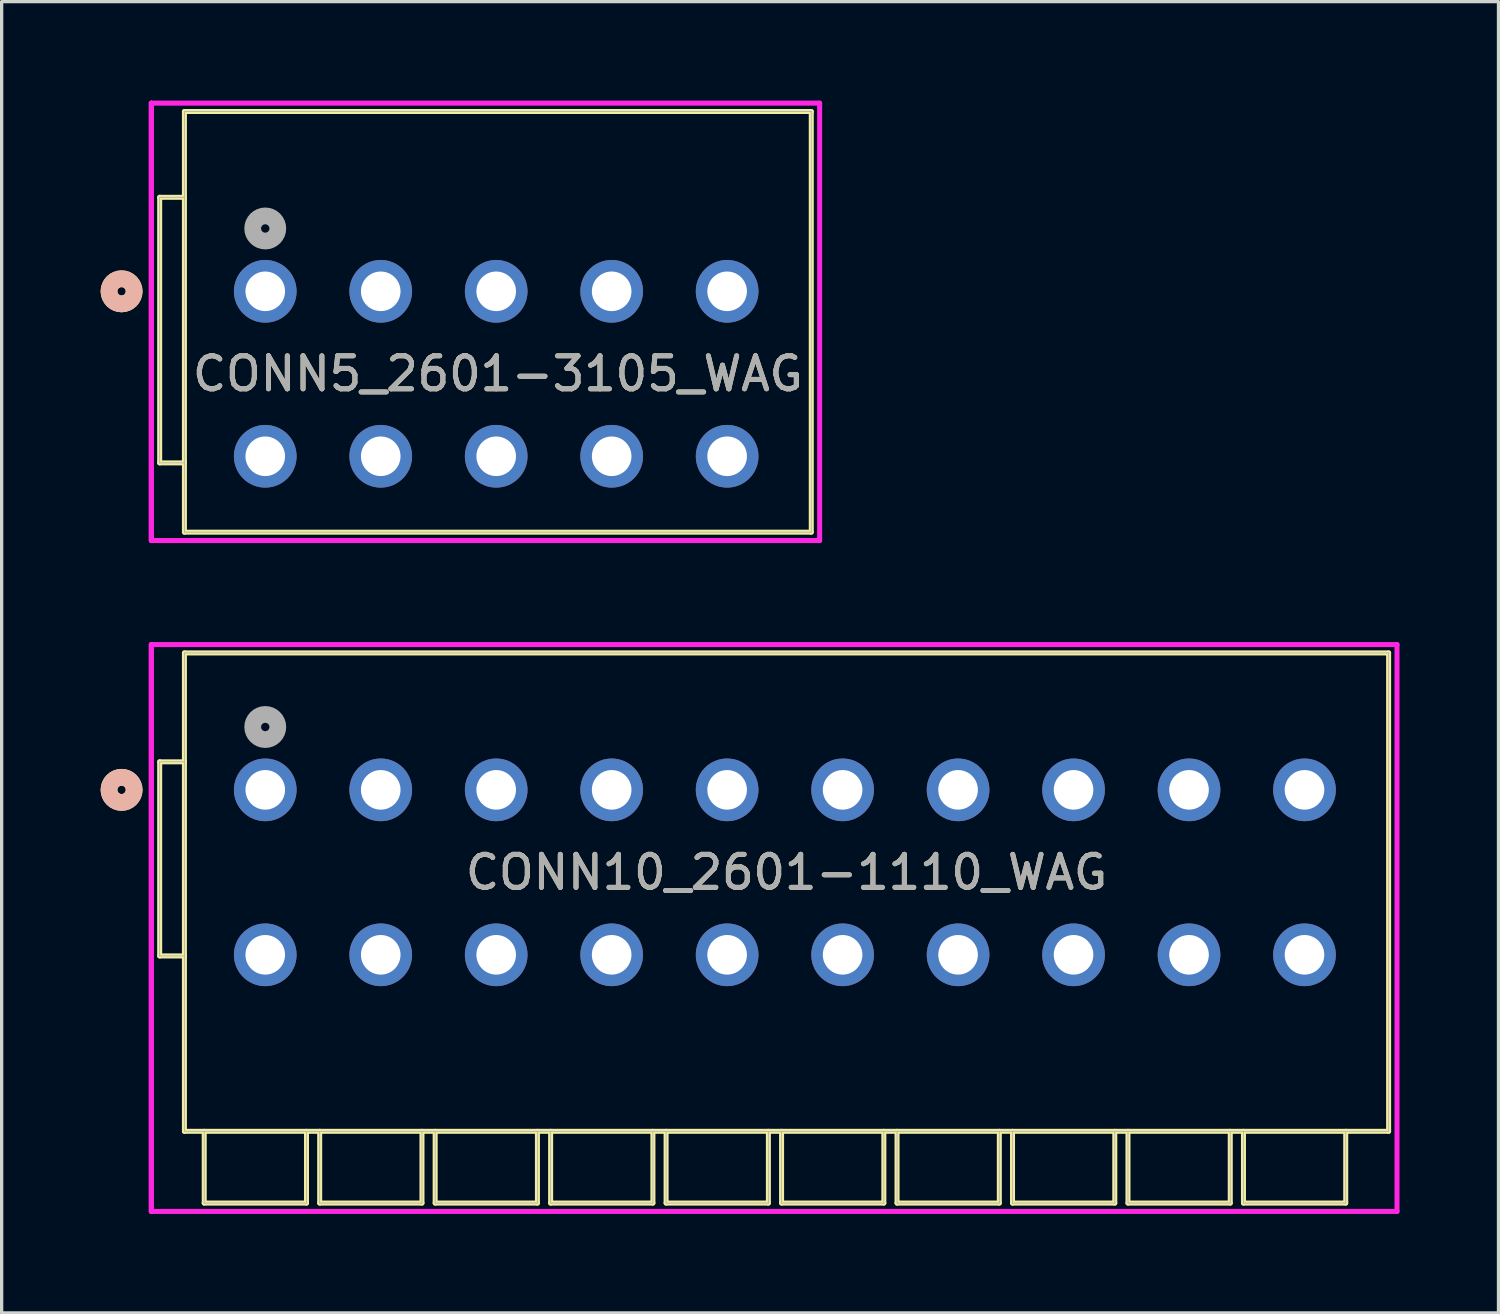
<source format=kicad_pcb>
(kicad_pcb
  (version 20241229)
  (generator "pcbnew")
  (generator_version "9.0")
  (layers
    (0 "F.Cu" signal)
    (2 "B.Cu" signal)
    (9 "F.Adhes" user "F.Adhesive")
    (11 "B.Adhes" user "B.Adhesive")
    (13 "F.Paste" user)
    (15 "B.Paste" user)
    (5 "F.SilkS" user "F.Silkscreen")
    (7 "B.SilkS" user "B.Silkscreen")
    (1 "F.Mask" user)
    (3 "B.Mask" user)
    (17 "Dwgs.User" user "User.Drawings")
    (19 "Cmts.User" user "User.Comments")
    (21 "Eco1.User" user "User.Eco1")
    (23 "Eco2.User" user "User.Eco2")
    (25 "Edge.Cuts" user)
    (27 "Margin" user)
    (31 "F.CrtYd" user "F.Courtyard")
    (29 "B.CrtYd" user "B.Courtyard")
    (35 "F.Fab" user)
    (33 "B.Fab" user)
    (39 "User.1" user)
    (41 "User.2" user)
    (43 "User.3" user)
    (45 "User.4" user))
  (footprint "CONN5_2601-3105_WAG"
    (layer "F.Cu")
    (at 4.99 5.78)
    (property "Reference" "CONN5_2601-3105_WAG" (at 7.05 2.5 0) (unlocked yes) (layer "F.SilkS") (effects (font (size 1 1) (thickness 0.15))))
    (attr through_hole)
    (fp_line (start -3.2 5.2) (end -3.2 -2.85) (stroke (width 0.152) (type solid)) (layer "F.SilkS"))
    (fp_line (start -2.45 -5.45) (end 16.55 -5.45) (stroke (width 0.152) (type solid)) (layer "F.SilkS"))
    (fp_line (start -2.45 7.3) (end -2.45 -5.45) (stroke (width 0.152) (type solid)) (layer "F.SilkS"))
    (fp_line (start -2.45 7.3) (end 16.55 7.3) (stroke (width 0.152) (type solid)) (layer "F.SilkS"))
    (fp_line (start -2.45 -2.85) (end -3.2 -2.85) (stroke (width 0.152) (type solid)) (layer "F.SilkS"))
    (fp_line (start -2.45 5.2) (end -3.2 5.2) (stroke (width 0.152) (type solid)) (layer "F.SilkS"))
    (fp_line (start 16.55 -5.45) (end 16.55 7.3) (stroke (width 0.152) (type solid)) (layer "F.SilkS"))
    (fp_circle (center -4.355 0) (end -3.974 0) (stroke (width 0.508) (type solid)) (fill no) (layer "F.SilkS"))
    (fp_circle (center -4.355 0) (end -3.974 0) (stroke (width 0.508) (type solid)) (fill no) (layer "B.SilkS"))
    (fp_line (start -3.454 -5.704) (end -3.454 7.554) (stroke (width 0.152) (type solid)) (layer "F.CrtYd"))
    (fp_line (start -3.454 -5.704) (end -3.454 7.554) (stroke (width 0.152) (type solid)) (layer "F.CrtYd"))
    (fp_line (start -3.454 7.554) (end 16.804 7.554) (stroke (width 0.152) (type solid)) (layer "F.CrtYd"))
    (fp_line (start 16.804 -5.704) (end -3.454 -5.704) (stroke (width 0.152) (type solid)) (layer "F.CrtYd"))
    (fp_line (start 16.804 7.554) (end 16.804 -5.704) (stroke (width 0.152) (type solid)) (layer "F.CrtYd"))
    (fp_line (start -3.2 5.2) (end -3.2 -2.85) (stroke (width 0.025) (type solid)) (layer "F.Fab"))
    (fp_line (start -2.45 -5.45) (end 16.55 -5.45) (stroke (width 0.025) (type solid)) (layer "F.Fab"))
    (fp_line (start -2.45 7.3) (end -2.45 -5.45) (stroke (width 0.025) (type solid)) (layer "F.Fab"))
    (fp_line (start -2.45 7.3) (end 16.55 7.3) (stroke (width 0.025) (type solid)) (layer "F.Fab"))
    (fp_line (start -2.45 -2.85) (end -3.2 -2.85) (stroke (width 0.025) (type solid)) (layer "F.Fab"))
    (fp_line (start -2.45 5.2) (end -3.2 5.2) (stroke (width 0.025) (type solid)) (layer "F.Fab"))
    (fp_line (start 16.55 -5.45) (end 16.55 7.3) (stroke (width 0.025) (type solid)) (layer "F.Fab"))
    (fp_circle (center 0 -1.905) (end 0.381 -1.905) (stroke (width 0.508) (type solid)) (fill no) (layer "F.Fab"))
    (fp_text user "${REFERENCE}" (at 7.05 2.5 0) (unlocked yes) (layer "F.Fab") (effects (font (size 1 1) (thickness 0.15))))
    (pad "1" thru_hole circle (at 0 0) (size 1.9 1.9) (drill 1.2) (layers "*.Cu" "*.Mask"))
    (pad "2" thru_hole circle (at 0 5) (size 1.9 1.9) (drill 1.2) (layers "*.Cu" "*.Mask"))
    (pad "3" thru_hole circle (at 3.5 0) (size 1.9 1.9) (drill 1.2) (layers "*.Cu" "*.Mask"))
    (pad "4" thru_hole circle (at 3.5 5) (size 1.9 1.9) (drill 1.2) (layers "*.Cu" "*.Mask"))
    (pad "5" thru_hole circle (at 7 0) (size 1.9 1.9) (drill 1.2) (layers "*.Cu" "*.Mask"))
    (pad "6" thru_hole circle (at 7 5) (size 1.9 1.9) (drill 1.2) (layers "*.Cu" "*.Mask"))
    (pad "7" thru_hole circle (at 10.5 0) (size 1.9 1.9) (drill 1.2) (layers "*.Cu" "*.Mask"))
    (pad "8" thru_hole circle (at 10.5 5) (size 1.9 1.9) (drill 1.2) (layers "*.Cu" "*.Mask"))
    (pad "9" thru_hole circle (at 14 0) (size 1.9 1.9) (drill 1.2) (layers "*.Cu" "*.Mask"))
    (pad "10" thru_hole circle (at 14 5) (size 1.9 1.9) (drill 1.2) (layers "*.Cu" "*.Mask")))
  (footprint "CONN10_2601-1110_WAG"
    (layer "F.Cu")
    (at 4.99 20.891)
    (property "Reference" "CONN10_2601-1110_WAG" (at 15.8 2.5 0) (unlocked yes) (layer "F.SilkS") (effects (font (size 1 1) (thickness 0.15))))
    (attr through_hole)
    (fp_line (start -3.2 5.034) (end -3.2 -0.85) (stroke (width 0.152) (type solid)) (layer "F.SilkS"))
    (fp_line (start -2.45 -4.15) (end 34.05 -4.15) (stroke (width 0.152) (type solid)) (layer "F.SilkS"))
    (fp_line (start -2.45 10.35) (end -2.45 -4.15) (stroke (width 0.152) (type solid)) (layer "F.SilkS"))
    (fp_line (start -2.45 10.35) (end 34.05 10.35) (stroke (width 0.152) (type solid)) (layer "F.SilkS"))
    (fp_line (start -2.45 -0.85) (end -3.2 -0.85) (stroke (width 0.152) (type solid)) (layer "F.SilkS"))
    (fp_line (start -2.45 5.034) (end -3.2 5.034) (stroke (width 0.152) (type solid)) (layer "F.SilkS"))
    (fp_line (start -1.85 10.35) (end -1.85 12.525) (stroke (width 0.152) (type solid)) (layer "F.SilkS"))
    (fp_line (start -1.85 12.525) (end 1.25 12.525) (stroke (width 0.152) (type solid)) (layer "F.SilkS"))
    (fp_line (start 1.25 10.35) (end 1.25 12.525) (stroke (width 0.152) (type solid)) (layer "F.SilkS"))
    (fp_line (start 1.65 10.35) (end 1.65 12.525) (stroke (width 0.152) (type solid)) (layer "F.SilkS"))
    (fp_line (start 1.65 12.525) (end 4.75 12.525) (stroke (width 0.152) (type solid)) (layer "F.SilkS"))
    (fp_line (start 4.75 10.35) (end 4.75 12.525) (stroke (width 0.152) (type solid)) (layer "F.SilkS"))
    (fp_line (start 5.15 10.35) (end 5.15 12.525) (stroke (width 0.152) (type solid)) (layer "F.SilkS"))
    (fp_line (start 5.15 12.525) (end 8.25 12.525) (stroke (width 0.152) (type solid)) (layer "F.SilkS"))
    (fp_line (start 8.25 10.35) (end 8.25 12.525) (stroke (width 0.152) (type solid)) (layer "F.SilkS"))
    (fp_line (start 8.65 10.35) (end 8.65 12.525) (stroke (width 0.152) (type solid)) (layer "F.SilkS"))
    (fp_line (start 8.65 12.525) (end 11.75 12.525) (stroke (width 0.152) (type solid)) (layer "F.SilkS"))
    (fp_line (start 11.75 10.35) (end 11.75 12.525) (stroke (width 0.152) (type solid)) (layer "F.SilkS"))
    (fp_line (start 12.15 10.35) (end 12.15 12.525) (stroke (width 0.152) (type solid)) (layer "F.SilkS"))
    (fp_line (start 12.15 12.525) (end 15.25 12.525) (stroke (width 0.152) (type solid)) (layer "F.SilkS"))
    (fp_line (start 15.25 10.35) (end 15.25 12.525) (stroke (width 0.152) (type solid)) (layer "F.SilkS"))
    (fp_line (start 15.65 10.35) (end 15.65 12.525) (stroke (width 0.152) (type solid)) (layer "F.SilkS"))
    (fp_line (start 15.65 12.525) (end 18.75 12.525) (stroke (width 0.152) (type solid)) (layer "F.SilkS"))
    (fp_line (start 18.75 10.35) (end 18.75 12.525) (stroke (width 0.152) (type solid)) (layer "F.SilkS"))
    (fp_line (start 19.15 10.35) (end 19.15 12.525) (stroke (width 0.152) (type solid)) (layer "F.SilkS"))
    (fp_line (start 19.15 12.525) (end 22.25 12.525) (stroke (width 0.152) (type solid)) (layer "F.SilkS"))
    (fp_line (start 22.25 10.35) (end 22.25 12.525) (stroke (width 0.152) (type solid)) (layer "F.SilkS"))
    (fp_line (start 22.65 10.35) (end 22.65 12.525) (stroke (width 0.152) (type solid)) (layer "F.SilkS"))
    (fp_line (start 22.65 12.525) (end 25.75 12.525) (stroke (width 0.152) (type solid)) (layer "F.SilkS"))
    (fp_line (start 25.75 10.35) (end 25.75 12.525) (stroke (width 0.152) (type solid)) (layer "F.SilkS"))
    (fp_line (start 26.15 10.35) (end 26.15 12.525) (stroke (width 0.152) (type solid)) (layer "F.SilkS"))
    (fp_line (start 26.15 12.525) (end 29.25 12.525) (stroke (width 0.152) (type solid)) (layer "F.SilkS"))
    (fp_line (start 29.25 10.35) (end 29.25 12.525) (stroke (width 0.152) (type solid)) (layer "F.SilkS"))
    (fp_line (start 29.65 10.35) (end 29.65 12.525) (stroke (width 0.152) (type solid)) (layer "F.SilkS"))
    (fp_line (start 29.65 12.525) (end 32.75 12.525) (stroke (width 0.152) (type solid)) (layer "F.SilkS"))
    (fp_line (start 32.75 10.35) (end 32.75 12.525) (stroke (width 0.152) (type solid)) (layer "F.SilkS"))
    (fp_line (start 34.05 -4.15) (end 34.05 10.35) (stroke (width 0.152) (type solid)) (layer "F.SilkS"))
    (fp_circle (center -4.355 0) (end -3.974 0) (stroke (width 0.508) (type solid)) (fill no) (layer "F.SilkS"))
    (fp_circle (center -4.355 0) (end -3.974 0) (stroke (width 0.508) (type solid)) (fill no) (layer "B.SilkS"))
    (fp_line (start -3.454 -4.404) (end -3.454 12.779) (stroke (width 0.152) (type solid)) (layer "F.CrtYd"))
    (fp_line (start -3.454 -4.404) (end -3.454 12.779) (stroke (width 0.152) (type solid)) (layer "F.CrtYd"))
    (fp_line (start -3.454 12.779) (end 34.304 12.779) (stroke (width 0.152) (type solid)) (layer "F.CrtYd"))
    (fp_line (start 34.304 -4.404) (end -3.454 -4.404) (stroke (width 0.152) (type solid)) (layer "F.CrtYd"))
    (fp_line (start 34.304 12.779) (end 34.304 -4.404) (stroke (width 0.152) (type solid)) (layer "F.CrtYd"))
    (fp_line (start -3.2 5.034) (end -3.2 -0.85) (stroke (width 0.025) (type solid)) (layer "F.Fab"))
    (fp_line (start -2.45 -4.15) (end 34.05 -4.15) (stroke (width 0.025) (type solid)) (layer "F.Fab"))
    (fp_line (start -2.45 10.35) (end -2.45 -4.15) (stroke (width 0.025) (type solid)) (layer "F.Fab"))
    (fp_line (start -2.45 10.35) (end 34.05 10.35) (stroke (width 0.025) (type solid)) (layer "F.Fab"))
    (fp_line (start -2.45 -0.85) (end -3.2 -0.85) (stroke (width 0.025) (type solid)) (layer "F.Fab"))
    (fp_line (start -2.45 5.034) (end -3.2 5.034) (stroke (width 0.025) (type solid)) (layer "F.Fab"))
    (fp_line (start -1.85 10.35) (end -1.85 12.525) (stroke (width 0.025) (type solid)) (layer "F.Fab"))
    (fp_line (start -1.85 12.525) (end 1.25 12.525) (stroke (width 0.025) (type solid)) (layer "F.Fab"))
    (fp_line (start 1.25 10.35) (end 1.25 12.525) (stroke (width 0.025) (type solid)) (layer "F.Fab"))
    (fp_line (start 1.65 10.35) (end 1.65 12.525) (stroke (width 0.025) (type solid)) (layer "F.Fab"))
    (fp_line (start 1.65 12.525) (end 4.75 12.525) (stroke (width 0.025) (type solid)) (layer "F.Fab"))
    (fp_line (start 4.75 10.35) (end 4.75 12.525) (stroke (width 0.025) (type solid)) (layer "F.Fab"))
    (fp_line (start 5.15 10.35) (end 5.15 12.525) (stroke (width 0.025) (type solid)) (layer "F.Fab"))
    (fp_line (start 5.15 12.525) (end 8.25 12.525) (stroke (width 0.025) (type solid)) (layer "F.Fab"))
    (fp_line (start 8.25 10.35) (end 8.25 12.525) (stroke (width 0.025) (type solid)) (layer "F.Fab"))
    (fp_line (start 8.65 10.35) (end 8.65 12.525) (stroke (width 0.025) (type solid)) (layer "F.Fab"))
    (fp_line (start 8.65 12.525) (end 11.75 12.525) (stroke (width 0.025) (type solid)) (layer "F.Fab"))
    (fp_line (start 11.75 10.35) (end 11.75 12.525) (stroke (width 0.025) (type solid)) (layer "F.Fab"))
    (fp_line (start 12.15 10.35) (end 12.15 12.525) (stroke (width 0.025) (type solid)) (layer "F.Fab"))
    (fp_line (start 12.15 12.525) (end 15.25 12.525) (stroke (width 0.025) (type solid)) (layer "F.Fab"))
    (fp_line (start 15.25 10.35) (end 15.25 12.525) (stroke (width 0.025) (type solid)) (layer "F.Fab"))
    (fp_line (start 15.65 10.35) (end 15.65 12.525) (stroke (width 0.025) (type solid)) (layer "F.Fab"))
    (fp_line (start 15.65 12.525) (end 18.75 12.525) (stroke (width 0.025) (type solid)) (layer "F.Fab"))
    (fp_line (start 18.75 10.35) (end 18.75 12.525) (stroke (width 0.025) (type solid)) (layer "F.Fab"))
    (fp_line (start 19.15 10.35) (end 19.15 12.525) (stroke (width 0.025) (type solid)) (layer "F.Fab"))
    (fp_line (start 19.15 12.525) (end 22.25 12.525) (stroke (width 0.025) (type solid)) (layer "F.Fab"))
    (fp_line (start 22.25 10.35) (end 22.25 12.525) (stroke (width 0.025) (type solid)) (layer "F.Fab"))
    (fp_line (start 22.65 10.35) (end 22.65 12.525) (stroke (width 0.025) (type solid)) (layer "F.Fab"))
    (fp_line (start 22.65 12.525) (end 25.75 12.525) (stroke (width 0.025) (type solid)) (layer "F.Fab"))
    (fp_line (start 25.75 10.35) (end 25.75 12.525) (stroke (width 0.025) (type solid)) (layer "F.Fab"))
    (fp_line (start 26.15 10.35) (end 26.15 12.525) (stroke (width 0.025) (type solid)) (layer "F.Fab"))
    (fp_line (start 26.15 12.525) (end 29.25 12.525) (stroke (width 0.025) (type solid)) (layer "F.Fab"))
    (fp_line (start 29.25 10.35) (end 29.25 12.525) (stroke (width 0.025) (type solid)) (layer "F.Fab"))
    (fp_line (start 29.65 10.35) (end 29.65 12.525) (stroke (width 0.025) (type solid)) (layer "F.Fab"))
    (fp_line (start 29.65 12.525) (end 32.75 12.525) (stroke (width 0.025) (type solid)) (layer "F.Fab"))
    (fp_line (start 32.75 10.35) (end 32.75 12.525) (stroke (width 0.025) (type solid)) (layer "F.Fab"))
    (fp_line (start 34.05 -4.15) (end 34.05 10.35) (stroke (width 0.025) (type solid)) (layer "F.Fab"))
    (fp_circle (center 0 -1.905) (end 0.381 -1.905) (stroke (width 0.508) (type solid)) (fill no) (layer "F.Fab"))
    (fp_text user "${REFERENCE}" (at 15.8 2.5 0) (unlocked yes) (layer "F.Fab") (effects (font (size 1 1) (thickness 0.15))))
    (pad "1" thru_hole circle (at 0 0) (size 1.9 1.9) (drill 1.2) (layers "*.Cu" "*.Mask"))
    (pad "2" thru_hole circle (at 0 5) (size 1.9 1.9) (drill 1.2) (layers "*.Cu" "*.Mask"))
    (pad "3" thru_hole circle (at 3.5 0) (size 1.9 1.9) (drill 1.2) (layers "*.Cu" "*.Mask"))
    (pad "4" thru_hole circle (at 3.5 5) (size 1.9 1.9) (drill 1.2) (layers "*.Cu" "*.Mask"))
    (pad "5" thru_hole circle (at 7 0) (size 1.9 1.9) (drill 1.2) (layers "*.Cu" "*.Mask"))
    (pad "6" thru_hole circle (at 7 5) (size 1.9 1.9) (drill 1.2) (layers "*.Cu" "*.Mask"))
    (pad "7" thru_hole circle (at 10.5 0) (size 1.9 1.9) (drill 1.2) (layers "*.Cu" "*.Mask"))
    (pad "8" thru_hole circle (at 10.5 5) (size 1.9 1.9) (drill 1.2) (layers "*.Cu" "*.Mask"))
    (pad "9" thru_hole circle (at 14 0) (size 1.9 1.9) (drill 1.2) (layers "*.Cu" "*.Mask"))
    (pad "10" thru_hole circle (at 14 5) (size 1.9 1.9) (drill 1.2) (layers "*.Cu" "*.Mask"))
    (pad "11" thru_hole circle (at 17.5 0) (size 1.9 1.9) (drill 1.2) (layers "*.Cu" "*.Mask"))
    (pad "12" thru_hole circle (at 17.5 5) (size 1.9 1.9) (drill 1.2) (layers "*.Cu" "*.Mask"))
    (pad "13" thru_hole circle (at 21 0) (size 1.9 1.9) (drill 1.2) (layers "*.Cu" "*.Mask"))
    (pad "14" thru_hole circle (at 21 5) (size 1.9 1.9) (drill 1.2) (layers "*.Cu" "*.Mask"))
    (pad "15" thru_hole circle (at 24.5 0) (size 1.9 1.9) (drill 1.2) (layers "*.Cu" "*.Mask"))
    (pad "16" thru_hole circle (at 24.5 5) (size 1.9 1.9) (drill 1.2) (layers "*.Cu" "*.Mask"))
    (pad "17" thru_hole circle (at 28 0) (size 1.9 1.9) (drill 1.2) (layers "*.Cu" "*.Mask"))
    (pad "18" thru_hole circle (at 28 5) (size 1.9 1.9) (drill 1.2) (layers "*.Cu" "*.Mask"))
    (pad "19" thru_hole circle (at 31.5 0) (size 1.9 1.9) (drill 1.2) (layers "*.Cu" "*.Mask"))
    (pad "20" thru_hole circle (at 31.5 5) (size 1.9 1.9) (drill 1.2) (layers "*.Cu" "*.Mask")))
  (gr_rect
    (start -3 -3)
    (end 42.37 36.746)
    (stroke (width 0.1) (type default))
    (fill no)
    (layer "Edge.Cuts")))
</source>
